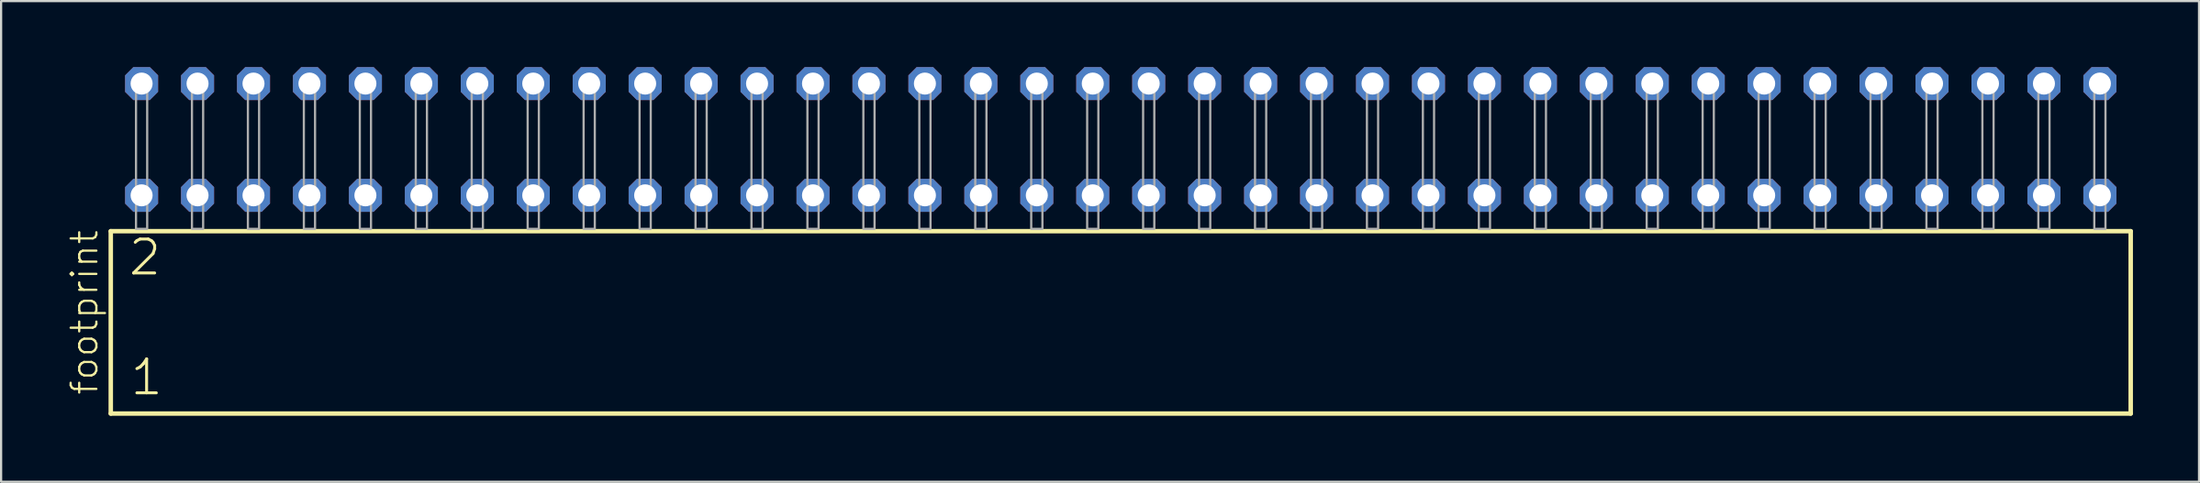
<source format=kicad_pcb>
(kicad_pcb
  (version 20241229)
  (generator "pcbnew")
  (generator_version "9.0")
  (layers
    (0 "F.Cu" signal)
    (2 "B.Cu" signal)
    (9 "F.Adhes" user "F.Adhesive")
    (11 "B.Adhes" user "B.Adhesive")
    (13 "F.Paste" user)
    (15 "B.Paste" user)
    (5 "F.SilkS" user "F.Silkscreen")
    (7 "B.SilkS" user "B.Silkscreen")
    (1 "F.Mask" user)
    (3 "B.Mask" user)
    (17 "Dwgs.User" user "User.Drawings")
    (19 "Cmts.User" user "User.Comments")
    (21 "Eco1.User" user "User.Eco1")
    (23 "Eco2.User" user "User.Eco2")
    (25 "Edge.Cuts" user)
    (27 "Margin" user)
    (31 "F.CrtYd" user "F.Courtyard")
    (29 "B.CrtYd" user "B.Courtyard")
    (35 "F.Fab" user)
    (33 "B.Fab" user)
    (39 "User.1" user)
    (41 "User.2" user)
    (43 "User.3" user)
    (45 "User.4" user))
  (footprint "footprint"
    (layer "F.Cu")
    (at 47.828 7.354)
    (property "Reference" "footprint" (at -46.355 7.62 90) (layer "F.SilkS") (effects (font (size 1.168 1.168) (thickness 0.102)) (justify left bottom)))
    (fp_line (start -45.849 0.106) (end -45.849 8.396) (stroke (width 0.203) (type solid)) (layer "F.SilkS"))
    (fp_line (start -45.849 8.396) (end 45.849 8.396) (stroke (width 0.203) (type solid)) (layer "F.SilkS"))
    (fp_line (start 45.849 0.106) (end -45.849 0.106) (stroke (width 0.203) (type solid)) (layer "F.SilkS"))
    (fp_line (start 45.849 8.396) (end 45.849 0.106) (stroke (width 0.203) (type solid)) (layer "F.SilkS"))
    (fp_poly (pts (xy -44.704 0) (xy -44.196 0) (xy -44.196 -6.858) (xy -44.704 -6.858)) (stroke (width 0.1) (type solid)) (fill no) (layer "F.Fab"))
    (fp_poly (pts (xy -42.164 0) (xy -41.656 0) (xy -41.656 -6.858) (xy -42.164 -6.858)) (stroke (width 0.1) (type solid)) (fill no) (layer "F.Fab"))
    (fp_poly (pts (xy -39.624 0) (xy -39.116 0) (xy -39.116 -6.858) (xy -39.624 -6.858)) (stroke (width 0.1) (type solid)) (fill no) (layer "F.Fab"))
    (fp_poly (pts (xy -37.084 0) (xy -36.576 0) (xy -36.576 -6.858) (xy -37.084 -6.858)) (stroke (width 0.1) (type solid)) (fill no) (layer "F.Fab"))
    (fp_poly (pts (xy -34.544 0) (xy -34.036 0) (xy -34.036 -6.858) (xy -34.544 -6.858)) (stroke (width 0.1) (type solid)) (fill no) (layer "F.Fab"))
    (fp_poly (pts (xy -32.004 0) (xy -31.496 0) (xy -31.496 -6.858) (xy -32.004 -6.858)) (stroke (width 0.1) (type solid)) (fill no) (layer "F.Fab"))
    (fp_poly (pts (xy -29.464 0) (xy -28.956 0) (xy -28.956 -6.858) (xy -29.464 -6.858)) (stroke (width 0.1) (type solid)) (fill no) (layer "F.Fab"))
    (fp_poly (pts (xy -26.924 0) (xy -26.416 0) (xy -26.416 -6.858) (xy -26.924 -6.858)) (stroke (width 0.1) (type solid)) (fill no) (layer "F.Fab"))
    (fp_poly (pts (xy -24.384 0) (xy -23.876 0) (xy -23.876 -6.858) (xy -24.384 -6.858)) (stroke (width 0.1) (type solid)) (fill no) (layer "F.Fab"))
    (fp_poly (pts (xy -21.844 0) (xy -21.336 0) (xy -21.336 -6.858) (xy -21.844 -6.858)) (stroke (width 0.1) (type solid)) (fill no) (layer "F.Fab"))
    (fp_poly (pts (xy -19.304 0) (xy -18.796 0) (xy -18.796 -6.858) (xy -19.304 -6.858)) (stroke (width 0.1) (type solid)) (fill no) (layer "F.Fab"))
    (fp_poly (pts (xy -16.764 0) (xy -16.256 0) (xy -16.256 -6.858) (xy -16.764 -6.858)) (stroke (width 0.1) (type solid)) (fill no) (layer "F.Fab"))
    (fp_poly (pts (xy -14.224 0) (xy -13.716 0) (xy -13.716 -6.858) (xy -14.224 -6.858)) (stroke (width 0.1) (type solid)) (fill no) (layer "F.Fab"))
    (fp_poly (pts (xy -11.684 0) (xy -11.176 0) (xy -11.176 -6.858) (xy -11.684 -6.858)) (stroke (width 0.1) (type solid)) (fill no) (layer "F.Fab"))
    (fp_poly (pts (xy -9.144 0) (xy -8.636 0) (xy -8.636 -6.858) (xy -9.144 -6.858)) (stroke (width 0.1) (type solid)) (fill no) (layer "F.Fab"))
    (fp_poly (pts (xy -6.604 0) (xy -6.096 0) (xy -6.096 -6.858) (xy -6.604 -6.858)) (stroke (width 0.1) (type solid)) (fill no) (layer "F.Fab"))
    (fp_poly (pts (xy -4.064 0) (xy -3.556 0) (xy -3.556 -6.858) (xy -4.064 -6.858)) (stroke (width 0.1) (type solid)) (fill no) (layer "F.Fab"))
    (fp_poly (pts (xy -1.524 0) (xy -1.016 0) (xy -1.016 -6.858) (xy -1.524 -6.858)) (stroke (width 0.1) (type solid)) (fill no) (layer "F.Fab"))
    (fp_poly (pts (xy 1.016 0) (xy 1.524 0) (xy 1.524 -6.858) (xy 1.016 -6.858)) (stroke (width 0.1) (type solid)) (fill no) (layer "F.Fab"))
    (fp_poly (pts (xy 3.556 0) (xy 4.064 0) (xy 4.064 -6.858) (xy 3.556 -6.858)) (stroke (width 0.1) (type solid)) (fill no) (layer "F.Fab"))
    (fp_poly (pts (xy 6.096 0) (xy 6.604 0) (xy 6.604 -6.858) (xy 6.096 -6.858)) (stroke (width 0.1) (type solid)) (fill no) (layer "F.Fab"))
    (fp_poly (pts (xy 8.636 0) (xy 9.144 0) (xy 9.144 -6.858) (xy 8.636 -6.858)) (stroke (width 0.1) (type solid)) (fill no) (layer "F.Fab"))
    (fp_poly (pts (xy 11.176 0) (xy 11.684 0) (xy 11.684 -6.858) (xy 11.176 -6.858)) (stroke (width 0.1) (type solid)) (fill no) (layer "F.Fab"))
    (fp_poly (pts (xy 13.716 0) (xy 14.224 0) (xy 14.224 -6.858) (xy 13.716 -6.858)) (stroke (width 0.1) (type solid)) (fill no) (layer "F.Fab"))
    (fp_poly (pts (xy 16.256 0) (xy 16.764 0) (xy 16.764 -6.858) (xy 16.256 -6.858)) (stroke (width 0.1) (type solid)) (fill no) (layer "F.Fab"))
    (fp_poly (pts (xy 18.796 0) (xy 19.304 0) (xy 19.304 -6.858) (xy 18.796 -6.858)) (stroke (width 0.1) (type solid)) (fill no) (layer "F.Fab"))
    (fp_poly (pts (xy 21.336 0) (xy 21.844 0) (xy 21.844 -6.858) (xy 21.336 -6.858)) (stroke (width 0.1) (type solid)) (fill no) (layer "F.Fab"))
    (fp_poly (pts (xy 23.876 0) (xy 24.384 0) (xy 24.384 -6.858) (xy 23.876 -6.858)) (stroke (width 0.1) (type solid)) (fill no) (layer "F.Fab"))
    (fp_poly (pts (xy 26.416 0) (xy 26.924 0) (xy 26.924 -6.858) (xy 26.416 -6.858)) (stroke (width 0.1) (type solid)) (fill no) (layer "F.Fab"))
    (fp_poly (pts (xy 28.956 0) (xy 29.464 0) (xy 29.464 -6.858) (xy 28.956 -6.858)) (stroke (width 0.1) (type solid)) (fill no) (layer "F.Fab"))
    (fp_poly (pts (xy 31.496 0) (xy 32.004 0) (xy 32.004 -6.858) (xy 31.496 -6.858)) (stroke (width 0.1) (type solid)) (fill no) (layer "F.Fab"))
    (fp_poly (pts (xy 34.036 0) (xy 34.544 0) (xy 34.544 -6.858) (xy 34.036 -6.858)) (stroke (width 0.1) (type solid)) (fill no) (layer "F.Fab"))
    (fp_poly (pts (xy 36.576 0) (xy 37.084 0) (xy 37.084 -6.858) (xy 36.576 -6.858)) (stroke (width 0.1) (type solid)) (fill no) (layer "F.Fab"))
    (fp_poly (pts (xy 39.116 0) (xy 39.624 0) (xy 39.624 -6.858) (xy 39.116 -6.858)) (stroke (width 0.1) (type solid)) (fill no) (layer "F.Fab"))
    (fp_poly (pts (xy 41.656 0) (xy 42.164 0) (xy 42.164 -6.858) (xy 41.656 -6.858)) (stroke (width 0.1) (type solid)) (fill no) (layer "F.Fab"))
    (fp_poly (pts (xy 44.196 0) (xy 44.704 0) (xy 44.704 -6.858) (xy 44.196 -6.858)) (stroke (width 0.1) (type solid)) (fill no) (layer "F.Fab"))
    (fp_text user "2" (at -45.12 2.2 0) (layer "F.SilkS") (effects (font (size 1.542 1.542) (thickness 0.134)) (justify left bottom)))
    (fp_text user "1" (at -45.045 7.65 0) (layer "F.SilkS") (effects (font (size 1.542 1.542) (thickness 0.134)) (justify left bottom)))
    (pad "1" thru_hole roundrect (at -44.45 -1.524) (size 1.5 1.5) (drill 1) (layers "*.Cu" "*.Mask") (roundrect_rratio 0.25) (chamfer_ratio 0.25) (chamfer top_left top_right bottom_left bottom_right))
    (pad "2" thru_hole roundrect (at -44.45 -6.604) (size 1.5 1.5) (drill 1) (layers "*.Cu" "*.Mask") (roundrect_rratio 0.25) (chamfer_ratio 0.25) (chamfer top_left top_right bottom_left bottom_right))
    (pad "3" thru_hole roundrect (at -41.91 -1.524) (size 1.5 1.5) (drill 1) (layers "*.Cu" "*.Mask") (roundrect_rratio 0.25) (chamfer_ratio 0.25) (chamfer top_left top_right bottom_left bottom_right))
    (pad "4" thru_hole roundrect (at -41.91 -6.604) (size 1.5 1.5) (drill 1) (layers "*.Cu" "*.Mask") (roundrect_rratio 0.25) (chamfer_ratio 0.25) (chamfer top_left top_right bottom_left bottom_right))
    (pad "5" thru_hole roundrect (at -39.37 -1.524) (size 1.5 1.5) (drill 1) (layers "*.Cu" "*.Mask") (roundrect_rratio 0.25) (chamfer_ratio 0.25) (chamfer top_left top_right bottom_left bottom_right))
    (pad "6" thru_hole roundrect (at -39.37 -6.604) (size 1.5 1.5) (drill 1) (layers "*.Cu" "*.Mask") (roundrect_rratio 0.25) (chamfer_ratio 0.25) (chamfer top_left top_right bottom_left bottom_right))
    (pad "7" thru_hole roundrect (at -36.83 -1.524) (size 1.5 1.5) (drill 1) (layers "*.Cu" "*.Mask") (roundrect_rratio 0.25) (chamfer_ratio 0.25) (chamfer top_left top_right bottom_left bottom_right))
    (pad "8" thru_hole roundrect (at -36.83 -6.604) (size 1.5 1.5) (drill 1) (layers "*.Cu" "*.Mask") (roundrect_rratio 0.25) (chamfer_ratio 0.25) (chamfer top_left top_right bottom_left bottom_right))
    (pad "9" thru_hole roundrect (at -34.29 -1.524) (size 1.5 1.5) (drill 1) (layers "*.Cu" "*.Mask") (roundrect_rratio 0.25) (chamfer_ratio 0.25) (chamfer top_left top_right bottom_left bottom_right))
    (pad "10" thru_hole roundrect (at -34.29 -6.604) (size 1.5 1.5) (drill 1) (layers "*.Cu" "*.Mask") (roundrect_rratio 0.25) (chamfer_ratio 0.25) (chamfer top_left top_right bottom_left bottom_right))
    (pad "11" thru_hole roundrect (at -31.75 -1.524) (size 1.5 1.5) (drill 1) (layers "*.Cu" "*.Mask") (roundrect_rratio 0.25) (chamfer_ratio 0.25) (chamfer top_left top_right bottom_left bottom_right))
    (pad "12" thru_hole roundrect (at -31.75 -6.604) (size 1.5 1.5) (drill 1) (layers "*.Cu" "*.Mask") (roundrect_rratio 0.25) (chamfer_ratio 0.25) (chamfer top_left top_right bottom_left bottom_right))
    (pad "13" thru_hole roundrect (at -29.21 -1.524) (size 1.5 1.5) (drill 1) (layers "*.Cu" "*.Mask") (roundrect_rratio 0.25) (chamfer_ratio 0.25) (chamfer top_left top_right bottom_left bottom_right))
    (pad "14" thru_hole roundrect (at -29.21 -6.604) (size 1.5 1.5) (drill 1) (layers "*.Cu" "*.Mask") (roundrect_rratio 0.25) (chamfer_ratio 0.25) (chamfer top_left top_right bottom_left bottom_right))
    (pad "15" thru_hole roundrect (at -26.67 -1.524) (size 1.5 1.5) (drill 1) (layers "*.Cu" "*.Mask") (roundrect_rratio 0.25) (chamfer_ratio 0.25) (chamfer top_left top_right bottom_left bottom_right))
    (pad "16" thru_hole roundrect (at -26.67 -6.604) (size 1.5 1.5) (drill 1) (layers "*.Cu" "*.Mask") (roundrect_rratio 0.25) (chamfer_ratio 0.25) (chamfer top_left top_right bottom_left bottom_right))
    (pad "17" thru_hole roundrect (at -24.13 -1.524) (size 1.5 1.5) (drill 1) (layers "*.Cu" "*.Mask") (roundrect_rratio 0.25) (chamfer_ratio 0.25) (chamfer top_left top_right bottom_left bottom_right))
    (pad "18" thru_hole roundrect (at -24.13 -6.604) (size 1.5 1.5) (drill 1) (layers "*.Cu" "*.Mask") (roundrect_rratio 0.25) (chamfer_ratio 0.25) (chamfer top_left top_right bottom_left bottom_right))
    (pad "19" thru_hole roundrect (at -21.59 -1.524) (size 1.5 1.5) (drill 1) (layers "*.Cu" "*.Mask") (roundrect_rratio 0.25) (chamfer_ratio 0.25) (chamfer top_left top_right bottom_left bottom_right))
    (pad "20" thru_hole roundrect (at -21.59 -6.604) (size 1.5 1.5) (drill 1) (layers "*.Cu" "*.Mask") (roundrect_rratio 0.25) (chamfer_ratio 0.25) (chamfer top_left top_right bottom_left bottom_right))
    (pad "21" thru_hole roundrect (at -19.05 -1.524) (size 1.5 1.5) (drill 1) (layers "*.Cu" "*.Mask") (roundrect_rratio 0.25) (chamfer_ratio 0.25) (chamfer top_left top_right bottom_left bottom_right))
    (pad "22" thru_hole roundrect (at -19.05 -6.604) (size 1.5 1.5) (drill 1) (layers "*.Cu" "*.Mask") (roundrect_rratio 0.25) (chamfer_ratio 0.25) (chamfer top_left top_right bottom_left bottom_right))
    (pad "23" thru_hole roundrect (at -16.51 -1.524) (size 1.5 1.5) (drill 1) (layers "*.Cu" "*.Mask") (roundrect_rratio 0.25) (chamfer_ratio 0.25) (chamfer top_left top_right bottom_left bottom_right))
    (pad "24" thru_hole roundrect (at -16.51 -6.604) (size 1.5 1.5) (drill 1) (layers "*.Cu" "*.Mask") (roundrect_rratio 0.25) (chamfer_ratio 0.25) (chamfer top_left top_right bottom_left bottom_right))
    (pad "25" thru_hole roundrect (at -13.97 -1.524) (size 1.5 1.5) (drill 1) (layers "*.Cu" "*.Mask") (roundrect_rratio 0.25) (chamfer_ratio 0.25) (chamfer top_left top_right bottom_left bottom_right))
    (pad "26" thru_hole roundrect (at -13.97 -6.604) (size 1.5 1.5) (drill 1) (layers "*.Cu" "*.Mask") (roundrect_rratio 0.25) (chamfer_ratio 0.25) (chamfer top_left top_right bottom_left bottom_right))
    (pad "27" thru_hole roundrect (at -11.43 -1.524) (size 1.5 1.5) (drill 1) (layers "*.Cu" "*.Mask") (roundrect_rratio 0.25) (chamfer_ratio 0.25) (chamfer top_left top_right bottom_left bottom_right))
    (pad "28" thru_hole roundrect (at -11.43 -6.604) (size 1.5 1.5) (drill 1) (layers "*.Cu" "*.Mask") (roundrect_rratio 0.25) (chamfer_ratio 0.25) (chamfer top_left top_right bottom_left bottom_right))
    (pad "29" thru_hole roundrect (at -8.89 -1.524) (size 1.5 1.5) (drill 1) (layers "*.Cu" "*.Mask") (roundrect_rratio 0.25) (chamfer_ratio 0.25) (chamfer top_left top_right bottom_left bottom_right))
    (pad "30" thru_hole roundrect (at -8.89 -6.604) (size 1.5 1.5) (drill 1) (layers "*.Cu" "*.Mask") (roundrect_rratio 0.25) (chamfer_ratio 0.25) (chamfer top_left top_right bottom_left bottom_right))
    (pad "31" thru_hole roundrect (at -6.35 -1.524) (size 1.5 1.5) (drill 1) (layers "*.Cu" "*.Mask") (roundrect_rratio 0.25) (chamfer_ratio 0.25) (chamfer top_left top_right bottom_left bottom_right))
    (pad "32" thru_hole roundrect (at -6.35 -6.604) (size 1.5 1.5) (drill 1) (layers "*.Cu" "*.Mask") (roundrect_rratio 0.25) (chamfer_ratio 0.25) (chamfer top_left top_right bottom_left bottom_right))
    (pad "33" thru_hole roundrect (at -3.81 -1.524) (size 1.5 1.5) (drill 1) (layers "*.Cu" "*.Mask") (roundrect_rratio 0.25) (chamfer_ratio 0.25) (chamfer top_left top_right bottom_left bottom_right))
    (pad "34" thru_hole roundrect (at -3.81 -6.604) (size 1.5 1.5) (drill 1) (layers "*.Cu" "*.Mask") (roundrect_rratio 0.25) (chamfer_ratio 0.25) (chamfer top_left top_right bottom_left bottom_right))
    (pad "35" thru_hole roundrect (at -1.27 -1.524) (size 1.5 1.5) (drill 1) (layers "*.Cu" "*.Mask") (roundrect_rratio 0.25) (chamfer_ratio 0.25) (chamfer top_left top_right bottom_left bottom_right))
    (pad "36" thru_hole roundrect (at -1.27 -6.604) (size 1.5 1.5) (drill 1) (layers "*.Cu" "*.Mask") (roundrect_rratio 0.25) (chamfer_ratio 0.25) (chamfer top_left top_right bottom_left bottom_right))
    (pad "37" thru_hole roundrect (at 1.27 -1.524) (size 1.5 1.5) (drill 1) (layers "*.Cu" "*.Mask") (roundrect_rratio 0.25) (chamfer_ratio 0.25) (chamfer top_left top_right bottom_left bottom_right))
    (pad "38" thru_hole roundrect (at 1.27 -6.604) (size 1.5 1.5) (drill 1) (layers "*.Cu" "*.Mask") (roundrect_rratio 0.25) (chamfer_ratio 0.25) (chamfer top_left top_right bottom_left bottom_right))
    (pad "39" thru_hole roundrect (at 3.81 -1.524) (size 1.5 1.5) (drill 1) (layers "*.Cu" "*.Mask") (roundrect_rratio 0.25) (chamfer_ratio 0.25) (chamfer top_left top_right bottom_left bottom_right))
    (pad "40" thru_hole roundrect (at 3.81 -6.604) (size 1.5 1.5) (drill 1) (layers "*.Cu" "*.Mask") (roundrect_rratio 0.25) (chamfer_ratio 0.25) (chamfer top_left top_right bottom_left bottom_right))
    (pad "41" thru_hole roundrect (at 6.35 -1.524) (size 1.5 1.5) (drill 1) (layers "*.Cu" "*.Mask") (roundrect_rratio 0.25) (chamfer_ratio 0.25) (chamfer top_left top_right bottom_left bottom_right))
    (pad "42" thru_hole roundrect (at 6.35 -6.604) (size 1.5 1.5) (drill 1) (layers "*.Cu" "*.Mask") (roundrect_rratio 0.25) (chamfer_ratio 0.25) (chamfer top_left top_right bottom_left bottom_right))
    (pad "43" thru_hole roundrect (at 8.89 -1.524) (size 1.5 1.5) (drill 1) (layers "*.Cu" "*.Mask") (roundrect_rratio 0.25) (chamfer_ratio 0.25) (chamfer top_left top_right bottom_left bottom_right))
    (pad "44" thru_hole roundrect (at 8.89 -6.604) (size 1.5 1.5) (drill 1) (layers "*.Cu" "*.Mask") (roundrect_rratio 0.25) (chamfer_ratio 0.25) (chamfer top_left top_right bottom_left bottom_right))
    (pad "45" thru_hole roundrect (at 11.43 -1.524) (size 1.5 1.5) (drill 1) (layers "*.Cu" "*.Mask") (roundrect_rratio 0.25) (chamfer_ratio 0.25) (chamfer top_left top_right bottom_left bottom_right))
    (pad "46" thru_hole roundrect (at 11.43 -6.604) (size 1.5 1.5) (drill 1) (layers "*.Cu" "*.Mask") (roundrect_rratio 0.25) (chamfer_ratio 0.25) (chamfer top_left top_right bottom_left bottom_right))
    (pad "47" thru_hole roundrect (at 13.97 -1.524) (size 1.5 1.5) (drill 1) (layers "*.Cu" "*.Mask") (roundrect_rratio 0.25) (chamfer_ratio 0.25) (chamfer top_left top_right bottom_left bottom_right))
    (pad "48" thru_hole roundrect (at 13.97 -6.604) (size 1.5 1.5) (drill 1) (layers "*.Cu" "*.Mask") (roundrect_rratio 0.25) (chamfer_ratio 0.25) (chamfer top_left top_right bottom_left bottom_right))
    (pad "49" thru_hole roundrect (at 16.51 -1.524) (size 1.5 1.5) (drill 1) (layers "*.Cu" "*.Mask") (roundrect_rratio 0.25) (chamfer_ratio 0.25) (chamfer top_left top_right bottom_left bottom_right))
    (pad "50" thru_hole roundrect (at 16.51 -6.604) (size 1.5 1.5) (drill 1) (layers "*.Cu" "*.Mask") (roundrect_rratio 0.25) (chamfer_ratio 0.25) (chamfer top_left top_right bottom_left bottom_right))
    (pad "51" thru_hole roundrect (at 19.05 -1.524) (size 1.5 1.5) (drill 1) (layers "*.Cu" "*.Mask") (roundrect_rratio 0.25) (chamfer_ratio 0.25) (chamfer top_left top_right bottom_left bottom_right))
    (pad "52" thru_hole roundrect (at 19.05 -6.604) (size 1.5 1.5) (drill 1) (layers "*.Cu" "*.Mask") (roundrect_rratio 0.25) (chamfer_ratio 0.25) (chamfer top_left top_right bottom_left bottom_right))
    (pad "53" thru_hole roundrect (at 21.59 -1.524) (size 1.5 1.5) (drill 1) (layers "*.Cu" "*.Mask") (roundrect_rratio 0.25) (chamfer_ratio 0.25) (chamfer top_left top_right bottom_left bottom_right))
    (pad "54" thru_hole roundrect (at 21.59 -6.604) (size 1.5 1.5) (drill 1) (layers "*.Cu" "*.Mask") (roundrect_rratio 0.25) (chamfer_ratio 0.25) (chamfer top_left top_right bottom_left bottom_right))
    (pad "55" thru_hole roundrect (at 24.13 -1.524) (size 1.5 1.5) (drill 1) (layers "*.Cu" "*.Mask") (roundrect_rratio 0.25) (chamfer_ratio 0.25) (chamfer top_left top_right bottom_left bottom_right))
    (pad "56" thru_hole roundrect (at 24.13 -6.604) (size 1.5 1.5) (drill 1) (layers "*.Cu" "*.Mask") (roundrect_rratio 0.25) (chamfer_ratio 0.25) (chamfer top_left top_right bottom_left bottom_right))
    (pad "57" thru_hole roundrect (at 26.67 -1.524) (size 1.5 1.5) (drill 1) (layers "*.Cu" "*.Mask") (roundrect_rratio 0.25) (chamfer_ratio 0.25) (chamfer top_left top_right bottom_left bottom_right))
    (pad "58" thru_hole roundrect (at 26.67 -6.604) (size 1.5 1.5) (drill 1) (layers "*.Cu" "*.Mask") (roundrect_rratio 0.25) (chamfer_ratio 0.25) (chamfer top_left top_right bottom_left bottom_right))
    (pad "59" thru_hole roundrect (at 29.21 -1.524) (size 1.5 1.5) (drill 1) (layers "*.Cu" "*.Mask") (roundrect_rratio 0.25) (chamfer_ratio 0.25) (chamfer top_left top_right bottom_left bottom_right))
    (pad "60" thru_hole roundrect (at 29.21 -6.604) (size 1.5 1.5) (drill 1) (layers "*.Cu" "*.Mask") (roundrect_rratio 0.25) (chamfer_ratio 0.25) (chamfer top_left top_right bottom_left bottom_right))
    (pad "61" thru_hole roundrect (at 31.75 -1.524) (size 1.5 1.5) (drill 1) (layers "*.Cu" "*.Mask") (roundrect_rratio 0.25) (chamfer_ratio 0.25) (chamfer top_left top_right bottom_left bottom_right))
    (pad "62" thru_hole roundrect (at 31.75 -6.604) (size 1.5 1.5) (drill 1) (layers "*.Cu" "*.Mask") (roundrect_rratio 0.25) (chamfer_ratio 0.25) (chamfer top_left top_right bottom_left bottom_right))
    (pad "63" thru_hole roundrect (at 34.29 -1.524) (size 1.5 1.5) (drill 1) (layers "*.Cu" "*.Mask") (roundrect_rratio 0.25) (chamfer_ratio 0.25) (chamfer top_left top_right bottom_left bottom_right))
    (pad "64" thru_hole roundrect (at 34.29 -6.604) (size 1.5 1.5) (drill 1) (layers "*.Cu" "*.Mask") (roundrect_rratio 0.25) (chamfer_ratio 0.25) (chamfer top_left top_right bottom_left bottom_right))
    (pad "65" thru_hole roundrect (at 36.83 -1.524) (size 1.5 1.5) (drill 1) (layers "*.Cu" "*.Mask") (roundrect_rratio 0.25) (chamfer_ratio 0.25) (chamfer top_left top_right bottom_left bottom_right))
    (pad "66" thru_hole roundrect (at 36.83 -6.604) (size 1.5 1.5) (drill 1) (layers "*.Cu" "*.Mask") (roundrect_rratio 0.25) (chamfer_ratio 0.25) (chamfer top_left top_right bottom_left bottom_right))
    (pad "67" thru_hole roundrect (at 39.37 -1.524) (size 1.5 1.5) (drill 1) (layers "*.Cu" "*.Mask") (roundrect_rratio 0.25) (chamfer_ratio 0.25) (chamfer top_left top_right bottom_left bottom_right))
    (pad "68" thru_hole roundrect (at 39.37 -6.604) (size 1.5 1.5) (drill 1) (layers "*.Cu" "*.Mask") (roundrect_rratio 0.25) (chamfer_ratio 0.25) (chamfer top_left top_right bottom_left bottom_right))
    (pad "69" thru_hole roundrect (at 41.91 -1.524) (size 1.5 1.5) (drill 1) (layers "*.Cu" "*.Mask") (roundrect_rratio 0.25) (chamfer_ratio 0.25) (chamfer top_left top_right bottom_left bottom_right))
    (pad "70" thru_hole roundrect (at 41.91 -6.604) (size 1.5 1.5) (drill 1) (layers "*.Cu" "*.Mask") (roundrect_rratio 0.25) (chamfer_ratio 0.25) (chamfer top_left top_right bottom_left bottom_right))
    (pad "71" thru_hole roundrect (at 44.45 -1.524) (size 1.5 1.5) (drill 1) (layers "*.Cu" "*.Mask") (roundrect_rratio 0.25) (chamfer_ratio 0.25) (chamfer top_left top_right bottom_left bottom_right))
    (pad "72" thru_hole roundrect (at 44.45 -6.604) (size 1.5 1.5) (drill 1) (layers "*.Cu" "*.Mask") (roundrect_rratio 0.25) (chamfer_ratio 0.25) (chamfer top_left top_right bottom_left bottom_right)))
  (gr_rect
    (start -3 -3)
    (end 96.779 18.852)
    (stroke (width 0.1) (type default))
    (fill no)
    (layer "Edge.Cuts")))
</source>
